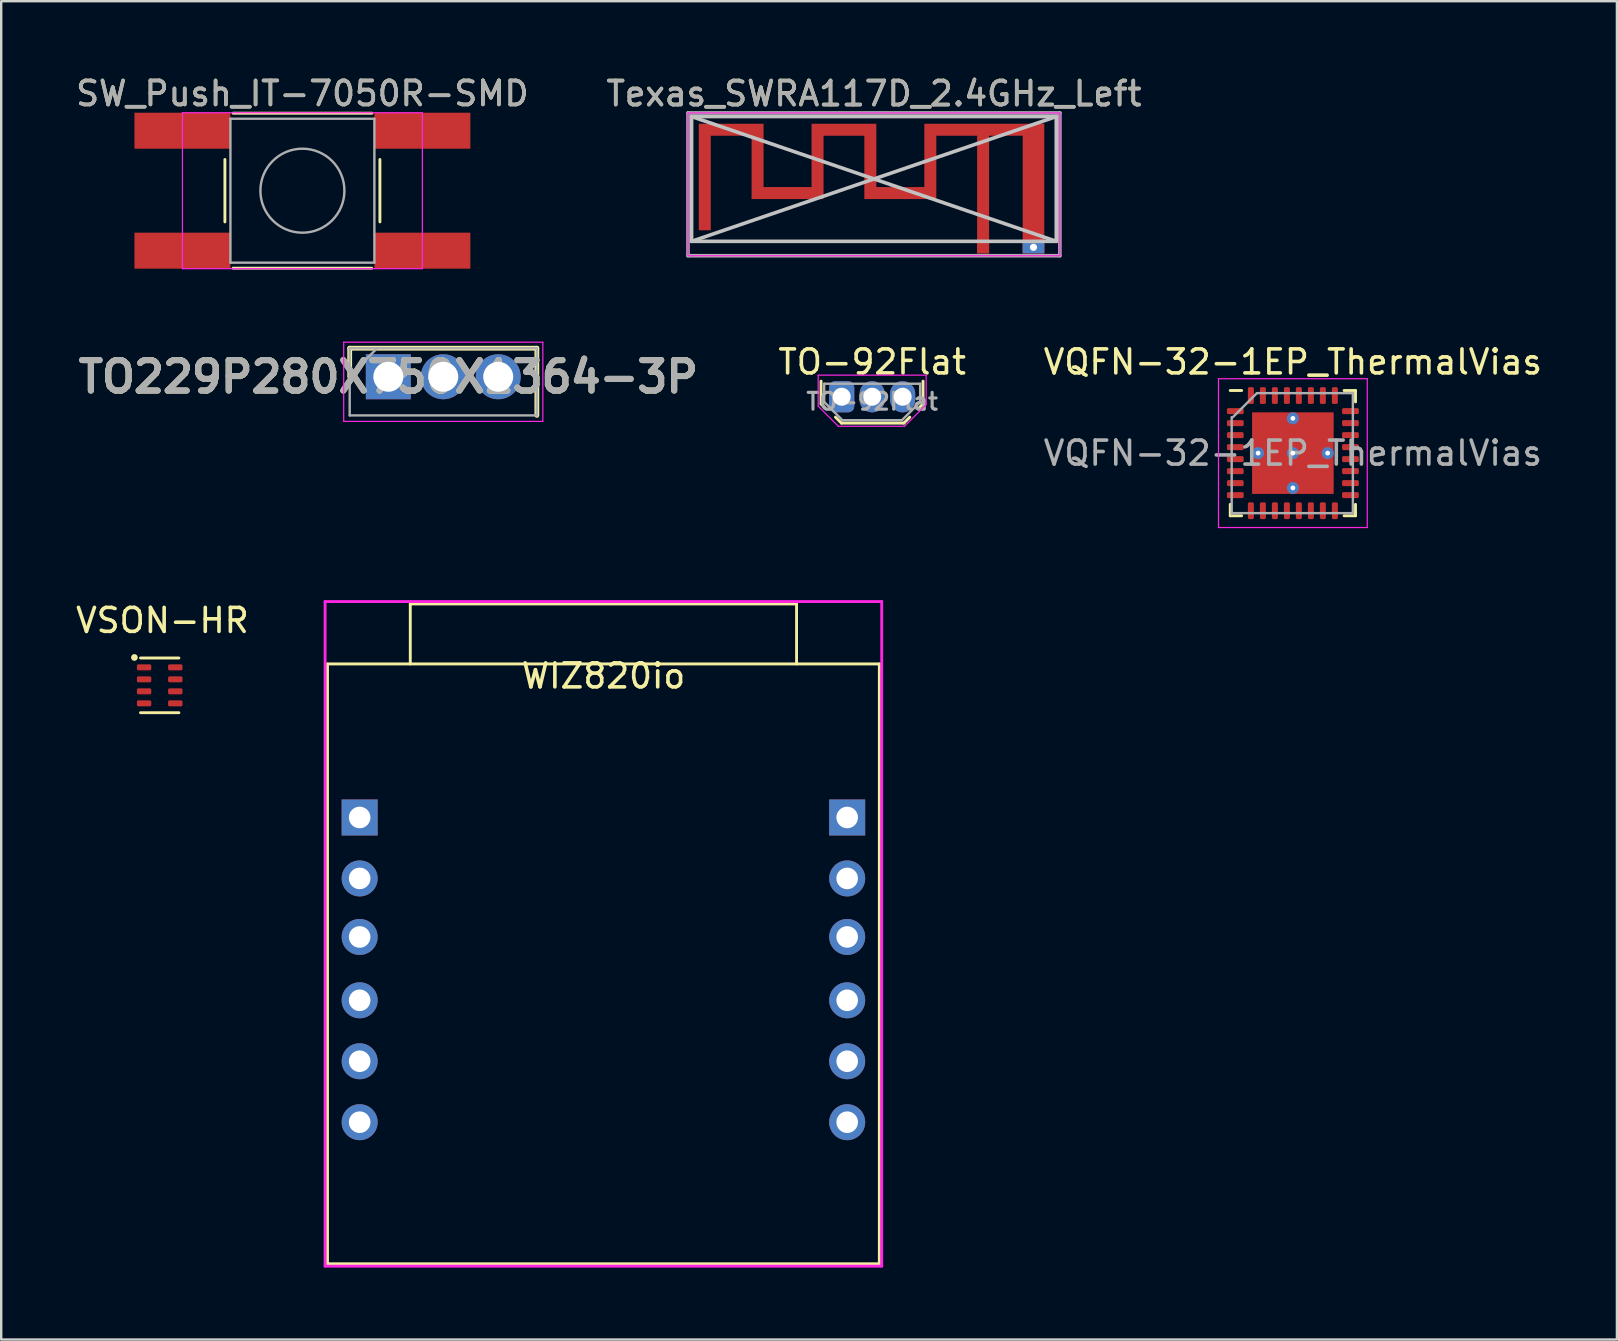
<source format=kicad_pcb>
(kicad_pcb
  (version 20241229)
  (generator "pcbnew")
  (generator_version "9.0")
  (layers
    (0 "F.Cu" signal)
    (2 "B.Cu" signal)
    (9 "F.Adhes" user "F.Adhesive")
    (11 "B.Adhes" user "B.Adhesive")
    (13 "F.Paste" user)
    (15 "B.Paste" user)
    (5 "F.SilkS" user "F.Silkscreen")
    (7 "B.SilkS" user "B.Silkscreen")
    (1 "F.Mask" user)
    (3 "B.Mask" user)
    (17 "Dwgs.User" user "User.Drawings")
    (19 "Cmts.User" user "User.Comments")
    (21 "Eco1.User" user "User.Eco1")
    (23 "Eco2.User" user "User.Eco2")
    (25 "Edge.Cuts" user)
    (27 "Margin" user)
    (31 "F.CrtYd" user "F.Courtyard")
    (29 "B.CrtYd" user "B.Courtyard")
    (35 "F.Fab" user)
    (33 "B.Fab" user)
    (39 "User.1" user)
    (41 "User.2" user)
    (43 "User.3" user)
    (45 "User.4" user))
  (footprint "VQFN-32-1EP_ThermalVias"
    (layer "F.Cu")
    (at 50.836 15.836)
    (property "Reference" "VQFN-32-1EP_ThermalVias" (at 0 -3.8 0) (layer "F.SilkS") (effects (font (size 1 1) (thickness 0.15))))
    (attr smd)
    (fp_line (start -2.61 2.61) (end -2.61 2.135) (stroke (width 0.12) (type solid)) (layer "F.SilkS"))
    (fp_line (start -2.135 -2.61) (end -2.61 -2.61) (stroke (width 0.12) (type solid)) (layer "F.SilkS"))
    (fp_line (start -2.135 2.61) (end -2.61 2.61) (stroke (width 0.12) (type solid)) (layer "F.SilkS"))
    (fp_line (start 2.135 -2.61) (end 2.61 -2.61) (stroke (width 0.12) (type solid)) (layer "F.SilkS"))
    (fp_line (start 2.135 2.61) (end 2.61 2.61) (stroke (width 0.12) (type solid)) (layer "F.SilkS"))
    (fp_line (start 2.61 -2.61) (end 2.61 -2.135) (stroke (width 0.12) (type solid)) (layer "F.SilkS"))
    (fp_line (start 2.61 2.61) (end 2.61 2.135) (stroke (width 0.12) (type solid)) (layer "F.SilkS"))
    (fp_line (start -3.1 -3.1) (end -3.1 3.1) (stroke (width 0.05) (type solid)) (layer "F.CrtYd"))
    (fp_line (start -3.1 3.1) (end 3.1 3.1) (stroke (width 0.05) (type solid)) (layer "F.CrtYd"))
    (fp_line (start 3.1 -3.1) (end -3.1 -3.1) (stroke (width 0.05) (type solid)) (layer "F.CrtYd"))
    (fp_line (start 3.1 3.1) (end 3.1 -3.1) (stroke (width 0.05) (type solid)) (layer "F.CrtYd"))
    (fp_line (start -2.55 2.55) (end -2.55 -1.5) (stroke (width 0.1) (type solid)) (layer "F.Fab"))
    (fp_line (start -2.5 -1.5) (end -1.5 -2.5) (stroke (width 0.1) (type solid)) (layer "F.Fab"))
    (fp_line (start -1.5 -2.5) (end 2.5 -2.5) (stroke (width 0.1) (type solid)) (layer "F.Fab"))
    (fp_line (start 2.5 -2.5) (end 2.5 2.5) (stroke (width 0.1) (type solid)) (layer "F.Fab"))
    (fp_line (start 2.5 2.5) (end -2.5 2.5) (stroke (width 0.1) (type solid)) (layer "F.Fab"))
    (fp_text user "${REFERENCE}" (at 0 0 0) (layer "F.Fab") (effects (font (size 1 1) (thickness 0.15))))
    (pad "1" smd roundrect (at -2.4 -1.75) (size 0.7 0.25) (layers "F.Cu" "F.Mask" "F.Paste") (roundrect_rratio 0.25))
    (pad "2" smd roundrect (at -2.4 -1.25) (size 0.7 0.25) (layers "F.Cu" "F.Mask" "F.Paste") (roundrect_rratio 0.25))
    (pad "3" smd roundrect (at -2.4 -0.75) (size 0.7 0.25) (layers "F.Cu" "F.Mask" "F.Paste") (roundrect_rratio 0.25))
    (pad "4" smd roundrect (at -2.4 -0.25) (size 0.7 0.25) (layers "F.Cu" "F.Mask" "F.Paste") (roundrect_rratio 0.25))
    (pad "5" smd roundrect (at -2.4 0.25) (size 0.7 0.25) (layers "F.Cu" "F.Mask" "F.Paste") (roundrect_rratio 0.25))
    (pad "6" smd roundrect (at -2.4 0.75) (size 0.7 0.25) (layers "F.Cu" "F.Mask" "F.Paste") (roundrect_rratio 0.25))
    (pad "7" smd roundrect (at -2.4 1.25) (size 0.7 0.25) (layers "F.Cu" "F.Mask" "F.Paste") (roundrect_rratio 0.25))
    (pad "8" smd roundrect (at -2.4 1.75) (size 0.7 0.25) (layers "F.Cu" "F.Mask" "F.Paste") (roundrect_rratio 0.25))
    (pad "9" smd roundrect (at -1.75 2.4) (size 0.25 0.7) (layers "F.Cu" "F.Mask" "F.Paste") (roundrect_rratio 0.25))
    (pad "10" smd roundrect (at -1.25 2.4) (size 0.25 0.7) (layers "F.Cu" "F.Mask" "F.Paste") (roundrect_rratio 0.25))
    (pad "11" smd roundrect (at -0.75 2.4) (size 0.25 0.7) (layers "F.Cu" "F.Mask" "F.Paste") (roundrect_rratio 0.25))
    (pad "12" smd roundrect (at -0.25 2.4) (size 0.25 0.7) (layers "F.Cu" "F.Mask" "F.Paste") (roundrect_rratio 0.25))
    (pad "13" smd roundrect (at 0.25 2.4) (size 0.25 0.7) (layers "F.Cu" "F.Mask" "F.Paste") (roundrect_rratio 0.25))
    (pad "14" smd roundrect (at 0.75 2.4) (size 0.25 0.7) (layers "F.Cu" "F.Mask" "F.Paste") (roundrect_rratio 0.25))
    (pad "15" smd roundrect (at 1.25 2.4) (size 0.25 0.7) (layers "F.Cu" "F.Mask" "F.Paste") (roundrect_rratio 0.25))
    (pad "16" smd roundrect (at 1.75 2.4) (size 0.25 0.7) (layers "F.Cu" "F.Mask" "F.Paste") (roundrect_rratio 0.25))
    (pad "17" smd roundrect (at 2.4 1.75) (size 0.7 0.25) (layers "F.Cu" "F.Mask" "F.Paste") (roundrect_rratio 0.25))
    (pad "18" smd roundrect (at 2.4 1.25) (size 0.7 0.25) (layers "F.Cu" "F.Mask" "F.Paste") (roundrect_rratio 0.25))
    (pad "19" smd roundrect (at 2.4 0.75) (size 0.7 0.25) (layers "F.Cu" "F.Mask" "F.Paste") (roundrect_rratio 0.25))
    (pad "20" smd roundrect (at 2.4 0.25) (size 0.7 0.25) (layers "F.Cu" "F.Mask" "F.Paste") (roundrect_rratio 0.25))
    (pad "21" smd roundrect (at 2.4 -0.25) (size 0.7 0.25) (layers "F.Cu" "F.Mask" "F.Paste") (roundrect_rratio 0.25))
    (pad "22" smd roundrect (at 2.4 -0.75) (size 0.7 0.25) (layers "F.Cu" "F.Mask" "F.Paste") (roundrect_rratio 0.25))
    (pad "23" smd roundrect (at 2.4 -1.25) (size 0.7 0.25) (layers "F.Cu" "F.Mask" "F.Paste") (roundrect_rratio 0.25))
    (pad "24" smd roundrect (at 2.4 -1.75) (size 0.7 0.25) (layers "F.Cu" "F.Mask" "F.Paste") (roundrect_rratio 0.25))
    (pad "25" smd roundrect (at 1.75 -2.4) (size 0.25 0.7) (layers "F.Cu" "F.Mask" "F.Paste") (roundrect_rratio 0.25))
    (pad "26" smd roundrect (at 1.25 -2.4) (size 0.25 0.7) (layers "F.Cu" "F.Mask" "F.Paste") (roundrect_rratio 0.25))
    (pad "27" smd roundrect (at 0.75 -2.4) (size 0.25 0.7) (layers "F.Cu" "F.Mask" "F.Paste") (roundrect_rratio 0.25))
    (pad "28" smd roundrect (at 0.25 -2.4) (size 0.25 0.7) (layers "F.Cu" "F.Mask" "F.Paste") (roundrect_rratio 0.25))
    (pad "29" smd roundrect (at -0.25 -2.4) (size 0.25 0.7) (layers "F.Cu" "F.Mask" "F.Paste") (roundrect_rratio 0.25))
    (pad "30" smd roundrect (at -0.75 -2.4) (size 0.25 0.7) (layers "F.Cu" "F.Mask" "F.Paste") (roundrect_rratio 0.25))
    (pad "31" smd roundrect (at -1.25 -2.4) (size 0.25 0.7) (layers "F.Cu" "F.Mask" "F.Paste") (roundrect_rratio 0.25))
    (pad "32" smd roundrect (at -1.75 -2.4) (size 0.25 0.7) (layers "F.Cu" "F.Mask" "F.Paste") (roundrect_rratio 0.25))
    (pad "33" thru_hole circle (at -1.45 0) (size 0.5 0.5) (drill 0.2) (layers "*.Cu"))
    (pad "33" thru_hole circle (at 0 -1.45) (size 0.5 0.5) (drill 0.2) (layers "*.Cu"))
    (pad "33" thru_hole circle (at 0 0) (size 0.5 0.5) (drill 0.2) (layers "*.Cu"))
    (pad "33" smd rect (at 0 0) (size 3.4 3.4) (layers "F.Cu" "F.Mask" "F.Paste"))
    (pad "33" thru_hole circle (at 0 1.45) (size 0.5 0.5) (drill 0.2) (layers "*.Cu"))
    (pad "33" thru_hole circle (at 1.45 0) (size 0.5 0.5) (drill 0.2) (layers "*.Cu")))
  (footprint "Texas_SWRA117D_2.4GHz_Left"
    (layer "F.Cu")
    (at 37.925 7.258)
    (property "Reference" "Texas_SWRA117D_2.4GHz_Left" (at -4.55 -6.41 0) (layer "F.SilkS") (effects (font (size 1 1) (thickness 0.15))))
    (attr exclude_from_pos_files exclude_from_bom)
    (fp_poly (pts (xy -2.45 -2.51) (xy -4.45 -2.51) (xy -4.45 -5.15) (xy -7.15 -5.15) (xy -7.15 -2.51) (xy -9.15 -2.51) (xy -9.15 -5.15) (xy -11.85 -5.15) (xy -11.85 -0.71) (xy -11.35 -0.71) (xy -11.35 -4.65) (xy -9.65 -4.65) (xy -9.65 -2.01) (xy -6.65 -2.01) (xy -6.65 -4.65) (xy -4.95 -4.65) (xy -4.95 -2.01) (xy -1.95 -2.01) (xy -1.95 -4.65) (xy -0.25 -4.65) (xy -0.25 0.25) (xy 0.25 0.25) (xy 0.25 -4.65) (xy 1.65 -4.65) (xy 1.65 0.25) (xy 2.55 0.25) (xy 2.55 0.007) (xy 2.248 0.007) (xy 2.238 0.054) (xy 2.214 0.097) (xy 2.176 0.13) (xy 2.168 0.134) (xy 2.125 0.146) (xy 2.077 0.145) (xy 2.031 0.132) (xy 2.013 0.122) (xy 1.979 0.087) (xy 1.958 0.041) (xy 1.952 -0.008) (xy 1.96 -0.056) (xy 1.977 -0.089) (xy 2.012 -0.121) (xy 2.058 -0.141) (xy 2.107 -0.148) (xy 2.155 -0.14) (xy 2.188 -0.123) (xy 2.223 -0.086) (xy 2.243 -0.042) (xy 2.248 0.007) (xy 2.55 0.007) (xy 2.55 -5.15) (xy -2.45 -5.15) (xy -2.45 -2.51)) (stroke (width 0) (type solid)) (fill yes) (layer "F.Cu"))
    (fp_line (start -12.15 -0.25) (end -12.15 -5.45) (stroke (width 0.15) (type solid)) (layer "Dwgs.User"))
    (fp_line (start 3.05 -5.45) (end -12.15 -5.45) (stroke (width 0.15) (type solid)) (layer "Dwgs.User"))
    (fp_line (start 3.05 -5.45) (end -12.15 -0.25) (stroke (width 0.15) (type solid)) (layer "Dwgs.User"))
    (fp_line (start 3.05 -0.25) (end -12.15 -5.45) (stroke (width 0.15) (type solid)) (layer "Dwgs.User"))
    (fp_line (start 3.05 -0.25) (end -12.15 -0.25) (stroke (width 0.15) (type solid)) (layer "Dwgs.User"))
    (fp_line (start 3.05 -0.25) (end 3.05 -5.45) (stroke (width 0.15) (type solid)) (layer "Dwgs.User"))
    (fp_line (start -12.3 -5.6) (end -12.3 0.35) (stroke (width 0.05) (type solid)) (layer "F.CrtYd"))
    (fp_line (start -12.3 0.35) (end 3.2 0.35) (stroke (width 0.05) (type solid)) (layer "F.CrtYd"))
    (fp_line (start 3.2 -5.6) (end -12.3 -5.6) (stroke (width 0.05) (type solid)) (layer "F.CrtYd"))
    (fp_line (start 3.2 0.35) (end 3.2 -5.6) (stroke (width 0.05) (type solid)) (layer "F.CrtYd"))
    (fp_line (start -12.3 -5.6) (end -12.3 0.35) (stroke (width 0.15) (type solid)) (layer "F.Fab"))
    (fp_line (start -12.3 0.35) (end 3.2 0.35) (stroke (width 0.15) (type solid)) (layer "F.Fab"))
    (fp_line (start 3.2 -5.6) (end -12.3 -5.6) (stroke (width 0.15) (type solid)) (layer "F.Fab"))
    (fp_line (start 3.2 0.35) (end 3.2 -5.6) (stroke (width 0.15) (type solid)) (layer "F.Fab"))
    (fp_text user "${REFERENCE}" (at -4.55 -6.4 0) (layer "F.Fab") (effects (font (size 1 1) (thickness 0.15))))
    (pad "1" connect rect (at 0 0) (size 0.5 0.5) (layers "F.Cu"))
    (pad "2" thru_hole rect (at 2.1 0) (size 0.9 0.5) (drill 0.3) (layers "*.Cu")))
  (footprint "TO-92Flat"
    (layer "F.Cu")
    (at 32.031 13.486)
    (property "Reference" "TO-92Flat" (at 1.27 -1.45 0) (layer "F.SilkS") (effects (font (size 1 1) (thickness 0.15))))
    (attr through_hole)
    (fp_line (start -0.86 0.3) (end -0.86 -0.65) (stroke (width 0.12) (type solid)) (layer "F.SilkS"))
    (fp_line (start -0.71 0.45) (end -0.86 0.3) (stroke (width 0.12) (type solid)) (layer "F.SilkS"))
    (fp_line (start -0.01 1.1) (end -0.26 0.85) (stroke (width 0.12) (type solid)) (layer "F.SilkS"))
    (fp_line (start -0.01 1.1) (end 2.59 1.1) (stroke (width 0.12) (type solid)) (layer "F.SilkS"))
    (fp_line (start 2.59 1.1) (end 2.84 0.85) (stroke (width 0.12) (type solid)) (layer "F.SilkS"))
    (fp_line (start 3.24 0.45) (end 3.39 0.3) (stroke (width 0.12) (type solid)) (layer "F.SilkS"))
    (fp_line (start 3.39 -0.65) (end 3.39 0.3) (stroke (width 0.12) (type solid)) (layer "F.SilkS"))
    (fp_line (start -0.98 -0.9) (end 3.52 -0.9) (stroke (width 0.05) (type solid)) (layer "F.CrtYd"))
    (fp_line (start -0.98 0.39) (end -0.98 -0.9) (stroke (width 0.05) (type solid)) (layer "F.CrtYd"))
    (fp_line (start -0.14 1.23) (end -0.98 0.39) (stroke (width 0.05) (type solid)) (layer "F.CrtYd"))
    (fp_line (start 2.62 1.23) (end -0.14 1.23) (stroke (width 0.05) (type solid)) (layer "F.CrtYd"))
    (fp_line (start 3.52 -0.9) (end 3.52 0.33) (stroke (width 0.05) (type solid)) (layer "F.CrtYd"))
    (fp_line (start 3.52 0.33) (end 2.62 1.23) (stroke (width 0.05) (type solid)) (layer "F.CrtYd"))
    (fp_line (start -0.73 -0.542) (end -0.73 0.217) (stroke (width 0.1) (type solid)) (layer "F.Fab"))
    (fp_line (start 0.03 0.978) (end -0.73 0.217) (stroke (width 0.1) (type solid)) (layer "F.Fab"))
    (fp_line (start 2.51 0.978) (end 0.03 0.978) (stroke (width 0.1) (type solid)) (layer "F.Fab"))
    (fp_line (start 2.51 0.978) (end 0.03 0.978) (stroke (width 0.1) (type solid)) (layer "F.Fab"))
    (fp_line (start 3.27 -0.542) (end -0.73 -0.542) (stroke (width 0.1) (type solid)) (layer "F.Fab"))
    (fp_line (start 3.27 -0.542) (end 3.27 0.217) (stroke (width 0.1) (type solid)) (layer "F.Fab"))
    (fp_line (start 3.27 0.217) (end 2.51 0.978) (stroke (width 0.1) (type solid)) (layer "F.Fab"))
    (fp_text user "${REFERENCE}" (at 1.27 0.2 0) (layer "F.Fab") (effects (font (size 0.7 0.7) (thickness 0.13))))
    (pad "1" thru_hole roundrect (at 0 0) (size 1.05 1.3) (drill 0.75) (layers "*.Cu" "*.Mask") (roundrect_rratio 0.238))
    (pad "2" thru_hole oval (at 1.27 0) (size 1.05 1.3) (drill 0.75) (layers "*.Cu" "*.Mask"))
    (pad "3" thru_hole oval (at 2.54 0) (size 1.05 1.3) (drill 0.75) (layers "*.Cu" "*.Mask")))
  (footprint "WIZ820io"
    (layer "F.Cu")
    (at 22.1 24.622)
    (property "Reference" "WIZ820io" (at 0 0.5 0) (layer "F.SilkS") (effects (font (size 1 1) (thickness 0.15))))
    (attr through_hole)
    (fp_line (start -11.5 0) (end -11.5 25) (stroke (width 0.12) (type solid)) (layer "F.SilkS"))
    (fp_line (start -11.5 0) (end 11.5 0) (stroke (width 0.12) (type solid)) (layer "F.SilkS"))
    (fp_line (start -11.5 25) (end 11.5 25) (stroke (width 0.12) (type solid)) (layer "F.SilkS"))
    (fp_line (start -8.05 0) (end -8.05 -2.5) (stroke (width 0.12) (type solid)) (layer "F.SilkS"))
    (fp_line (start 8.05 -2.5) (end -8.05 -2.5) (stroke (width 0.12) (type solid)) (layer "F.SilkS"))
    (fp_line (start 8.05 0) (end 8.05 -2.5) (stroke (width 0.12) (type solid)) (layer "F.SilkS"))
    (fp_line (start 11.5 0) (end 11.5 25) (stroke (width 0.12) (type solid)) (layer "F.SilkS"))
    (fp_line (start -11.6 -2.6) (end 11.6 -2.6) (stroke (width 0.12) (type solid)) (layer "F.CrtYd"))
    (fp_line (start -11.6 25.1) (end -11.6 -2.6) (stroke (width 0.12) (type solid)) (layer "F.CrtYd"))
    (fp_line (start -11.6 25.1) (end 11.6 25.1) (stroke (width 0.12) (type solid)) (layer "F.CrtYd"))
    (fp_line (start 11.6 25.1) (end 11.6 -2.6) (stroke (width 0.12) (type solid)) (layer "F.CrtYd"))
    (pad "1" thru_hole rect (at -10.16 6.4) (size 1.5 1.5) (drill 0.9) (layers "*.Cu" "*.Mask"))
    (pad "2" thru_hole circle (at -10.16 8.94) (size 1.5 1.5) (drill 0.9) (layers "*.Cu" "*.Mask"))
    (pad "3" thru_hole circle (at -10.16 11.38) (size 1.5 1.5) (drill 0.9) (layers "*.Cu" "*.Mask"))
    (pad "4" thru_hole circle (at -10.16 14.02) (size 1.5 1.5) (drill 0.9) (layers "*.Cu" "*.Mask"))
    (pad "5" thru_hole circle (at -10.16 16.56) (size 1.5 1.5) (drill 0.9) (layers "*.Cu" "*.Mask"))
    (pad "6" thru_hole circle (at -10.16 19.1) (size 1.5 1.5) (drill 0.9) (layers "*.Cu" "*.Mask"))
    (pad "7" thru_hole circle (at 10.16 19.1) (size 1.5 1.5) (drill 0.9) (layers "*.Cu" "*.Mask"))
    (pad "8" thru_hole circle (at 10.16 16.56) (size 1.5 1.5) (drill 0.9) (layers "*.Cu" "*.Mask"))
    (pad "9" thru_hole circle (at 10.16 14.02) (size 1.5 1.5) (drill 0.9) (layers "*.Cu" "*.Mask"))
    (pad "10" thru_hole circle (at 10.16 11.38) (size 1.5 1.5) (drill 0.9) (layers "*.Cu" "*.Mask"))
    (pad "11" thru_hole circle (at 10.16 8.94) (size 1.5 1.5) (drill 0.9) (layers "*.Cu" "*.Mask"))
    (pad "12" thru_hole rect (at 10.16 6.4) (size 1.5 1.5) (drill 0.9) (layers "*.Cu" "*.Mask")))
  (footprint "SW_Push_IT-7050R-SMD"
    (layer "F.Cu")
    (at 9.554 4.898)
    (property "Reference" "SW_Push_IT-7050R-SMD" (at 0 -4.05 0) (layer "F.SilkS") (effects (font (size 1 1) (thickness 0.15))))
    (attr smd)
    (fp_line (start -3.23 -1.3) (end -3.23 1.3) (stroke (width 0.12) (type solid)) (layer "F.SilkS"))
    (fp_line (start -2.89 -3.23) (end 2.9 -3.23) (stroke (width 0.12) (type solid)) (layer "F.SilkS"))
    (fp_line (start -2.89 3.23) (end 2.89 3.23) (stroke (width 0.12) (type solid)) (layer "F.SilkS"))
    (fp_line (start 3.23 -1.3) (end 3.23 1.3) (stroke (width 0.12) (type solid)) (layer "F.SilkS"))
    (fp_line (start -5 -3.25) (end -5 3.25) (stroke (width 0.05) (type solid)) (layer "F.CrtYd"))
    (fp_line (start -5 -3.25) (end 5 -3.25) (stroke (width 0.05) (type solid)) (layer "F.CrtYd"))
    (fp_line (start -5 3.25) (end 5 3.25) (stroke (width 0.05) (type solid)) (layer "F.CrtYd"))
    (fp_line (start 5 3.25) (end 5 -3.25) (stroke (width 0.05) (type solid)) (layer "F.CrtYd"))
    (fp_line (start -3 -3) (end -3 3) (stroke (width 0.1) (type solid)) (layer "F.Fab"))
    (fp_line (start -3 3) (end 3 3) (stroke (width 0.1) (type solid)) (layer "F.Fab"))
    (fp_line (start 3 -3) (end -3 -3) (stroke (width 0.1) (type solid)) (layer "F.Fab"))
    (fp_line (start 3 3) (end 3 -3) (stroke (width 0.1) (type solid)) (layer "F.Fab"))
    (fp_circle (center 0 0) (end 1.75 -0.05) (stroke (width 0.1) (type solid)) (fill no) (layer "F.Fab"))
    (fp_text user "${REFERENCE}" (at 0 -4.05 0) (layer "F.Fab") (effects (font (size 1 1) (thickness 0.15))))
    (pad "1" smd rect (at -5 -2.5) (size 4 1.5) (layers "F.Cu" "F.Mask" "F.Paste"))
    (pad "1" smd rect (at 5 -2.5) (size 4 1.5) (layers "F.Cu" "F.Mask" "F.Paste"))
    (pad "2" smd rect (at -5 2.5) (size 4 1.5) (layers "F.Cu" "F.Mask" "F.Paste"))
    (pad "2" smd rect (at 5 2.5) (size 4 1.5) (layers "F.Cu" "F.Mask" "F.Paste")))
  (footprint "VSON-HR"
    (layer "F.Cu")
    (at 3.606 25.515)
    (property "Reference" "VSON-HR" (at 0.114 -2.705 0) (layer "F.SilkS") (effects (font (size 1 1) (thickness 0.15))))
    (attr through_hole)
    (fp_line (start -0.8 -1.14) (end 0.8 -1.14) (stroke (width 0.12) (type solid)) (layer "F.SilkS"))
    (fp_line (start -0.8 1.14) (end 0.8 1.14) (stroke (width 0.12) (type solid)) (layer "F.SilkS"))
    (fp_circle (center -1.054 -1.162) (end -0.984 -1.162) (stroke (width 0.14) (type solid)) (fill no) (layer "F.SilkS"))
    (pad "1" smd roundrect (at -0.65 -0.75) (size 0.6 0.25) (layers "F.Cu" "F.Mask" "F.Paste") (roundrect_rratio 0.25))
    (pad "2" smd roundrect (at -0.65 -0.25) (size 0.6 0.25) (layers "F.Cu" "F.Mask" "F.Paste") (roundrect_rratio 0.25))
    (pad "3" smd roundrect (at -0.65 0.25) (size 0.6 0.25) (layers "F.Cu" "F.Mask" "F.Paste") (roundrect_rratio 0.25))
    (pad "4" smd roundrect (at -0.65 0.75) (size 0.6 0.25) (layers "F.Cu" "F.Mask" "F.Paste") (roundrect_rratio 0.25))
    (pad "5" smd roundrect (at 0.65 0.75) (size 0.6 0.25) (layers "F.Cu" "F.Mask" "F.Paste") (roundrect_rratio 0.25))
    (pad "6" smd roundrect (at 0.65 0.25) (size 0.6 0.25) (layers "F.Cu" "F.Mask" "F.Paste") (roundrect_rratio 0.25))
    (pad "7" smd roundrect (at 0.65 -0.25) (size 0.6 0.25) (layers "F.Cu" "F.Mask" "F.Paste") (roundrect_rratio 0.25))
    (pad "8" smd roundrect (at 0.65 -0.75) (size 0.6 0.25) (layers "F.Cu" "F.Mask" "F.Paste") (roundrect_rratio 0.25)))
  (footprint "TO229P280X750X1364-3P"
    (layer "F.Cu")
    (at 13.135 12.653)
    (property "Reference" "TO229P280X750X1364-3P" (at 0 0 0) (layer "F.SilkS") (effects (font (size 1.27 1.27) (thickness 0.254))))
    (attr through_hole)
    (fp_line (start -1.61 -1.19) (end -1.61 0) (stroke (width 0.2) (type solid)) (layer "F.SilkS"))
    (fp_line (start 6.19 -1.19) (end -1.61 -1.19) (stroke (width 0.2) (type solid)) (layer "F.SilkS"))
    (fp_line (start 6.19 1.61) (end 6.19 -1.19) (stroke (width 0.2) (type solid)) (layer "F.SilkS"))
    (fp_line (start -1.86 -1.44) (end 6.44 -1.44) (stroke (width 0.05) (type solid)) (layer "F.CrtYd"))
    (fp_line (start -1.86 1.86) (end -1.86 -1.44) (stroke (width 0.05) (type solid)) (layer "F.CrtYd"))
    (fp_line (start 6.44 -1.44) (end 6.44 1.86) (stroke (width 0.05) (type solid)) (layer "F.CrtYd"))
    (fp_line (start 6.44 1.86) (end -1.86 1.86) (stroke (width 0.05) (type solid)) (layer "F.CrtYd"))
    (fp_line (start -1.61 -1.19) (end 6.19 -1.19) (stroke (width 0.1) (type solid)) (layer "F.Fab"))
    (fp_line (start -1.61 -0.045) (end -0.465 -1.19) (stroke (width 0.1) (type solid)) (layer "F.Fab"))
    (fp_line (start -1.61 1.61) (end -1.61 -1.19) (stroke (width 0.1) (type solid)) (layer "F.Fab"))
    (fp_line (start 6.19 -1.19) (end 6.19 1.61) (stroke (width 0.1) (type solid)) (layer "F.Fab"))
    (fp_line (start 6.19 1.61) (end -1.61 1.61) (stroke (width 0.1) (type solid)) (layer "F.Fab"))
    (fp_text user "${REFERENCE}" (at 0 0 0) (layer "F.Fab") (effects (font (size 1.27 1.27) (thickness 0.254))))
    (pad "1" thru_hole rect (at 0 0) (size 1.875 1.875) (drill 1.25) (layers "*.Cu" "*.Mask"))
    (pad "2" thru_hole circle (at 2.29 0) (size 1.875 1.875) (drill 1.25) (layers "*.Cu" "*.Mask"))
    (pad "3" thru_hole circle (at 4.58 0) (size 1.875 1.875) (drill 1.25) (layers "*.Cu" "*.Mask")))
  (gr_rect
    (start -3 -3)
    (end 64.342 52.782)
    (stroke (width 0.1) (type default))
    (fill no)
    (layer "Edge.Cuts")))
</source>
